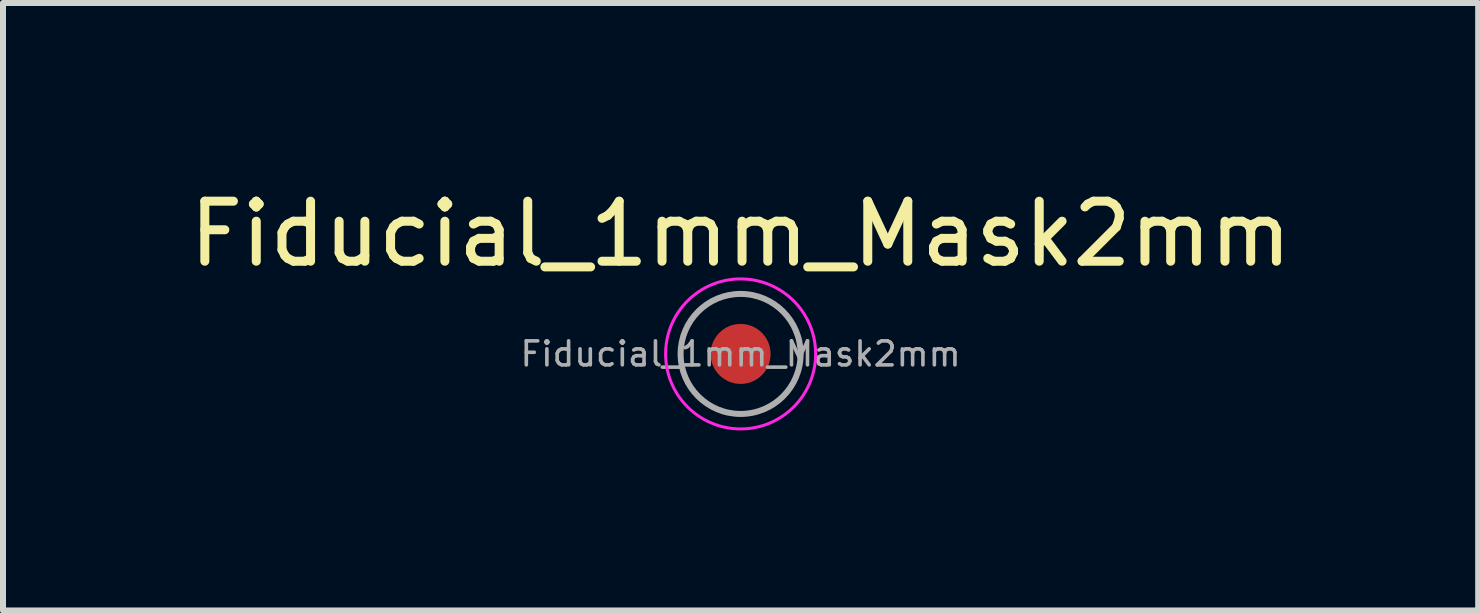
<source format=kicad_pcb>
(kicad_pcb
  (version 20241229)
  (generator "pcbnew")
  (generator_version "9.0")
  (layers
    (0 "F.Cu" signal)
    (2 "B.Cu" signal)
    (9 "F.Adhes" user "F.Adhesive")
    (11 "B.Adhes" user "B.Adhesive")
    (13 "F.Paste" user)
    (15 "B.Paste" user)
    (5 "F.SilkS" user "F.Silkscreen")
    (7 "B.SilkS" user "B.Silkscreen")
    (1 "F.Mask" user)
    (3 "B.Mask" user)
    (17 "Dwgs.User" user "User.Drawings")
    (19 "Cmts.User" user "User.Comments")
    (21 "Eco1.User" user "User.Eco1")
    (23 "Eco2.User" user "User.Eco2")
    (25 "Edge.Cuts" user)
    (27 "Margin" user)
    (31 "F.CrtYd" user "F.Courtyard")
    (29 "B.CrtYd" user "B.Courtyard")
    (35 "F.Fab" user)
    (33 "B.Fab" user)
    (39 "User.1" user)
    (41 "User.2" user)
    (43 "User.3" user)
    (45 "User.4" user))
  (footprint "Fiducial_1mm_Mask2mm"
    (layer "F.Cu")
    (at 9.292 2.848)
    (property "Reference" "Fiducial_1mm_Mask2mm" (at 0 -2 0) (layer "F.SilkS") (effects (font (size 1 1) (thickness 0.15))))
    (attr smd exclude_from_bom)
    (fp_circle (center 0 0) (end 1.25 0) (stroke (width 0.05) (type solid)) (fill no) (layer "F.CrtYd"))
    (fp_circle (center 0 0) (end 1 0) (stroke (width 0.1) (type solid)) (fill no) (layer "F.Fab"))
    (fp_text user "${REFERENCE}" (at 0 0 0) (layer "F.Fab") (effects (font (size 0.4 0.4) (thickness 0.06))))
    (pad "" smd circle (at 0 0) (size 1 1) (property pad_prop_fiducial_glob) (layers "F.Cu" "F.Mask")))
  (gr_rect
    (start -3 -3)
    (end 21.583 7.123)
    (stroke (width 0.1) (type default))
    (fill no)
    (layer "Edge.Cuts")))
</source>
